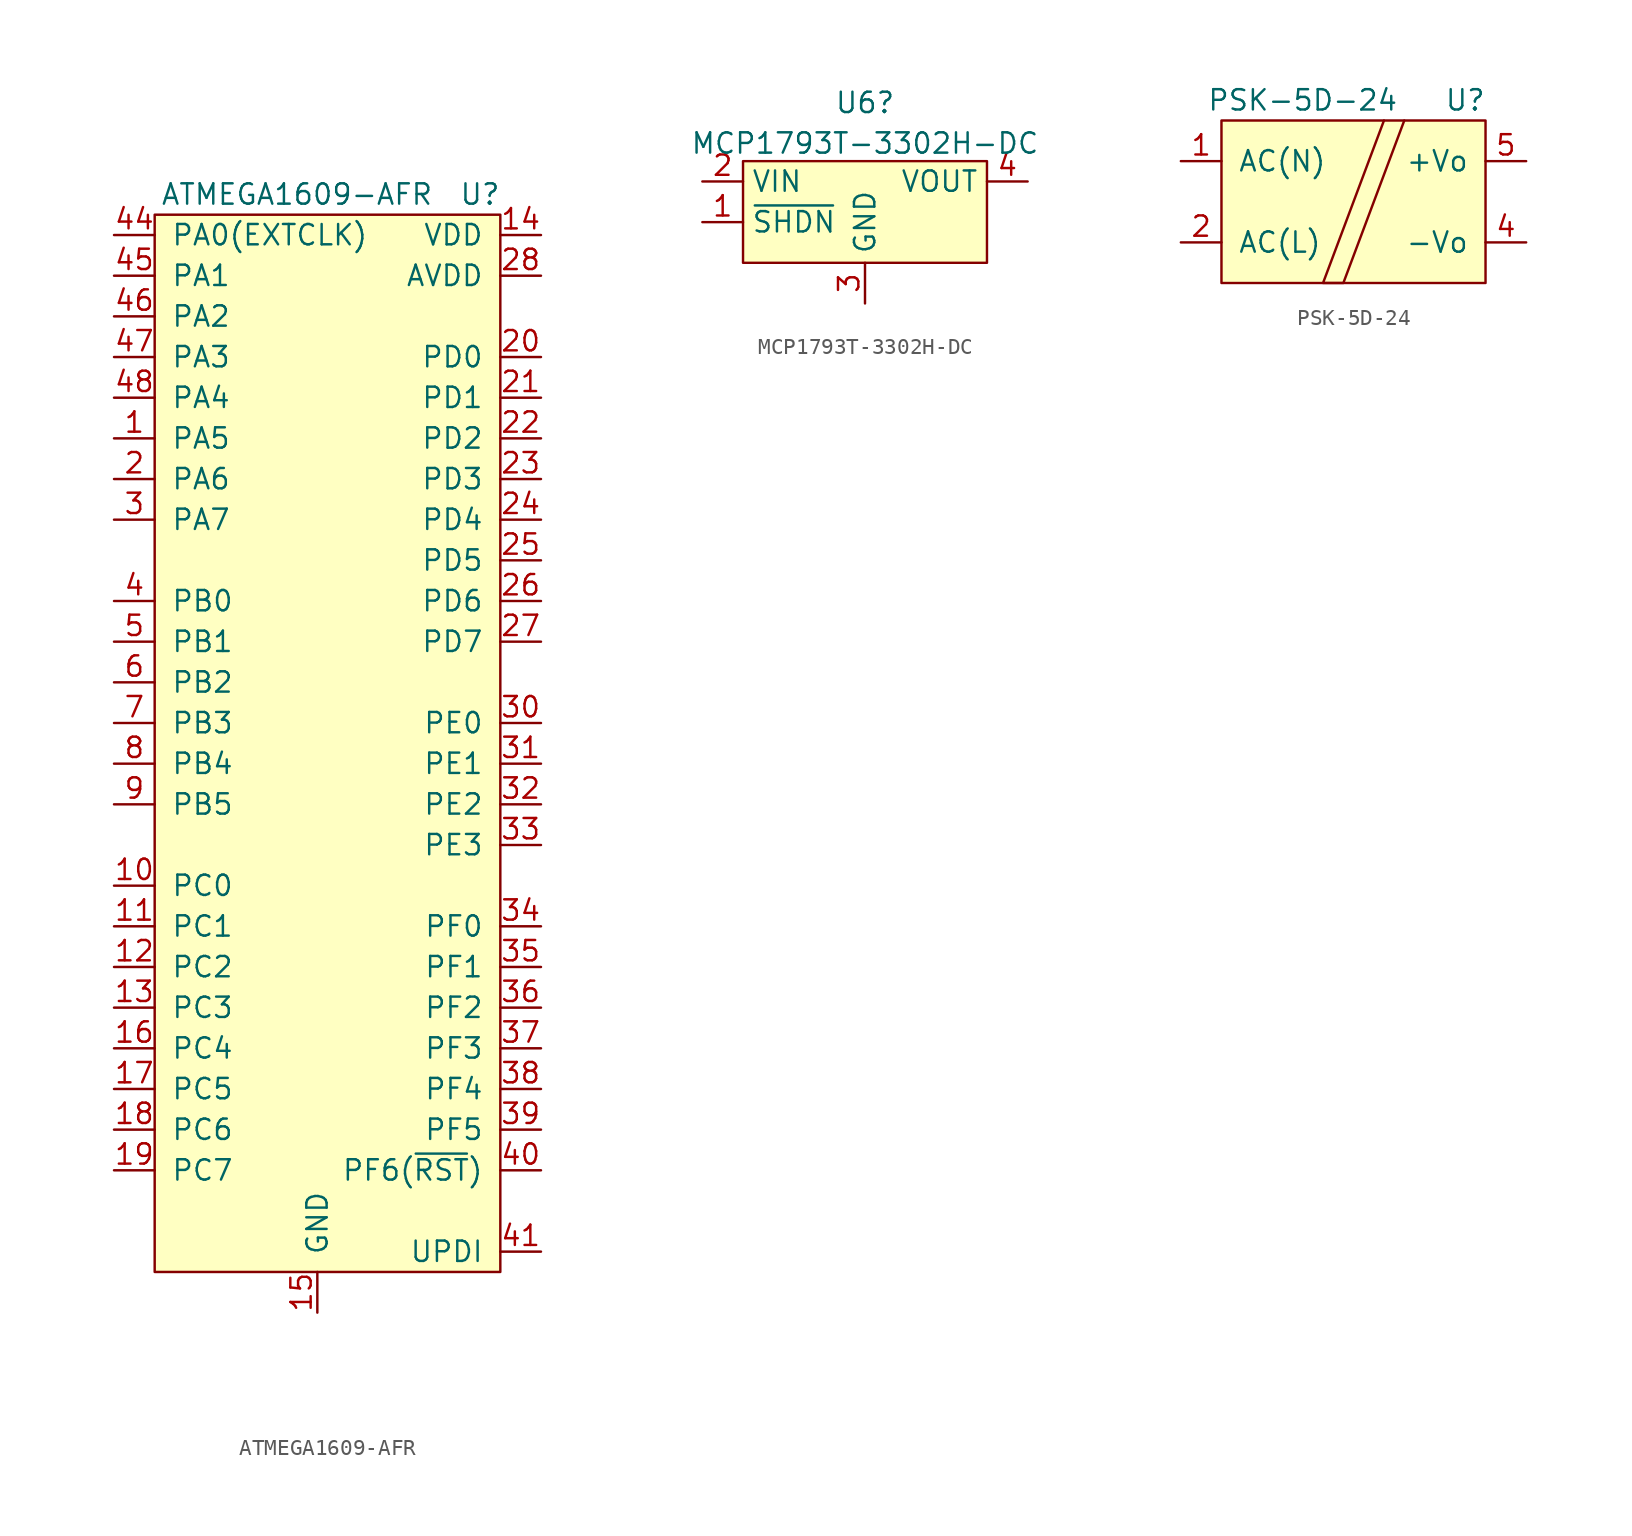
<source format=kicad_sym>
(kicad_symbol_lib
  (version 20211014)
  (generator kicad_symbol_editor)
  (symbol "ATMEGA1609-AFR"
    (pin_names
      (offset 1.016))
    (property "Reference" "U"
      (at 8.89 16.51 0)
      (effects (font (size 1.27 1.27))))
    (property "Value" "ATMEGA1609-AFR"
      (at -2.54 16.51 0)
      (effects (font (size 1.27 1.27))))
    (symbol "ATMEGA1609-AFR_0_1"
      (rectangle (start -11.43 15.24) (end 10.16 -50.8) (stroke (width 0) (type default) (color 0 0 0 0)) (fill (type background))))
    (symbol "ATMEGA1609-AFR_1_1"
      (pin bidirectional line (at -13.97 1.27 0) (length 2.54) (name "PA5" (effects (font (size 1.27 1.27)))) (number "1" (effects (font (size 1.27 1.27)))))
      (pin bidirectional line (at -13.97 -26.67 0) (length 2.54) (name "PC0" (effects (font (size 1.27 1.27)))) (number "10" (effects (font (size 1.27 1.27)))))
      (pin bidirectional line (at -13.97 -29.21 0) (length 2.54) (name "PC1" (effects (font (size 1.27 1.27)))) (number "11" (effects (font (size 1.27 1.27)))))
      (pin bidirectional line (at -13.97 -31.75 0) (length 2.54) (name "PC2" (effects (font (size 1.27 1.27)))) (number "12" (effects (font (size 1.27 1.27)))))
      (pin bidirectional line (at -13.97 -34.29 0) (length 2.54) (name "PC3" (effects (font (size 1.27 1.27)))) (number "13" (effects (font (size 1.27 1.27)))))
      (pin power_in line (at 12.7 13.97 180) (length 2.54) (name "VDD" (effects (font (size 1.27 1.27)))) (number "14" (effects (font (size 1.27 1.27)))))
      (pin power_in line (at -1.27 -53.34 90) (length 2.54) (name "GND" (effects (font (size 1.27 1.27)))) (number "15" (effects (font (size 1.27 1.27)))))
      (pin bidirectional line (at -13.97 -36.83 0) (length 2.54) (name "PC4" (effects (font (size 1.27 1.27)))) (number "16" (effects (font (size 1.27 1.27)))))
      (pin bidirectional line (at -13.97 -39.37 0) (length 2.54) (name "PC5" (effects (font (size 1.27 1.27)))) (number "17" (effects (font (size 1.27 1.27)))))
      (pin bidirectional line (at -13.97 -41.91 0) (length 2.54) (name "PC6" (effects (font (size 1.27 1.27)))) (number "18" (effects (font (size 1.27 1.27)))))
      (pin bidirectional line (at -13.97 -44.45 0) (length 2.54) (name "PC7" (effects (font (size 1.27 1.27)))) (number "19" (effects (font (size 1.27 1.27)))))
      (pin bidirectional line (at -13.97 -1.27 0) (length 2.54) (name "PA6" (effects (font (size 1.27 1.27)))) (number "2" (effects (font (size 1.27 1.27)))))
      (pin bidirectional line (at 12.7 6.35 180) (length 2.54) (name "PD0" (effects (font (size 1.27 1.27)))) (number "20" (effects (font (size 1.27 1.27)))))
      (pin bidirectional line (at 12.7 3.81 180) (length 2.54) (name "PD1" (effects (font (size 1.27 1.27)))) (number "21" (effects (font (size 1.27 1.27)))))
      (pin bidirectional line (at 12.7 1.27 180) (length 2.54) (name "PD2" (effects (font (size 1.27 1.27)))) (number "22" (effects (font (size 1.27 1.27)))))
      (pin bidirectional line (at 12.7 -1.27 180) (length 2.54) (name "PD3" (effects (font (size 1.27 1.27)))) (number "23" (effects (font (size 1.27 1.27)))))
      (pin bidirectional line (at 12.7 -3.81 180) (length 2.54) (name "PD4" (effects (font (size 1.27 1.27)))) (number "24" (effects (font (size 1.27 1.27)))))
      (pin bidirectional line (at 12.7 -6.35 180) (length 2.54) (name "PD5" (effects (font (size 1.27 1.27)))) (number "25" (effects (font (size 1.27 1.27)))))
      (pin bidirectional line (at 12.7 -8.89 180) (length 2.54) (name "PD6" (effects (font (size 1.27 1.27)))) (number "26" (effects (font (size 1.27 1.27)))))
      (pin bidirectional line (at 12.7 -11.43 180) (length 2.54) (name "PD7" (effects (font (size 1.27 1.27)))) (number "27" (effects (font (size 1.27 1.27)))))
      (pin bidirectional line (at 12.7 11.43 180) (length 2.54) (name "AVDD" (effects (font (size 1.27 1.27)))) (number "28" (effects (font (size 1.27 1.27)))))
      (pin power_in line (at -1.27 -53.34 0) (length 0) hide (name "GND" (effects (font (size 1.27 1.27)))) (number "29" (effects (font (size 1.27 1.27)))))
      (pin bidirectional line (at -13.97 -3.81 0) (length 2.54) (name "PA7" (effects (font (size 1.27 1.27)))) (number "3" (effects (font (size 1.27 1.27)))))
      (pin bidirectional line (at 12.7 -16.51 180) (length 2.54) (name "PE0" (effects (font (size 1.27 1.27)))) (number "30" (effects (font (size 1.27 1.27)))))
      (pin bidirectional line (at 12.7 -19.05 180) (length 2.54) (name "PE1" (effects (font (size 1.27 1.27)))) (number "31" (effects (font (size 1.27 1.27)))))
      (pin bidirectional line (at 12.7 -21.59 180) (length 2.54) (name "PE2" (effects (font (size 1.27 1.27)))) (number "32" (effects (font (size 1.27 1.27)))))
      (pin bidirectional line (at 12.7 -24.13 180) (length 2.54) (name "PE3" (effects (font (size 1.27 1.27)))) (number "33" (effects (font (size 1.27 1.27)))))
      (pin bidirectional line (at 12.7 -29.21 180) (length 2.54) (name "PF0" (effects (font (size 1.27 1.27)))) (number "34" (effects (font (size 1.27 1.27)))))
      (pin bidirectional line (at 12.7 -31.75 180) (length 2.54) (name "PF1" (effects (font (size 1.27 1.27)))) (number "35" (effects (font (size 1.27 1.27)))))
      (pin bidirectional line (at 12.7 -34.29 180) (length 2.54) (name "PF2" (effects (font (size 1.27 1.27)))) (number "36" (effects (font (size 1.27 1.27)))))
      (pin bidirectional line (at 12.7 -36.83 180) (length 2.54) (name "PF3" (effects (font (size 1.27 1.27)))) (number "37" (effects (font (size 1.27 1.27)))))
      (pin bidirectional line (at 12.7 -39.37 180) (length 2.54) (name "PF4" (effects (font (size 1.27 1.27)))) (number "38" (effects (font (size 1.27 1.27)))))
      (pin bidirectional line (at 12.7 -41.91 180) (length 2.54) (name "PF5" (effects (font (size 1.27 1.27)))) (number "39" (effects (font (size 1.27 1.27)))))
      (pin bidirectional line (at -13.97 -8.89 0) (length 2.54) (name "PB0" (effects (font (size 1.27 1.27)))) (number "4" (effects (font (size 1.27 1.27)))))
      (pin bidirectional line (at 12.7 -44.45 180) (length 2.54) (name "PF6(~{RST})" (effects (font (size 1.27 1.27)))) (number "40" (effects (font (size 1.27 1.27)))))
      (pin bidirectional line (at 12.7 -49.53 180) (length 2.54) (name "UPDI" (effects (font (size 1.27 1.27)))) (number "41" (effects (font (size 1.27 1.27)))))
      (pin power_in line (at 12.7 13.97 90) (length 0) hide (name "VDD" (effects (font (size 1.27 1.27)))) (number "42" (effects (font (size 1.27 1.27)))))
      (pin power_in line (at -1.27 -53.34 0) (length 0) hide (name "GND" (effects (font (size 1.27 1.27)))) (number "43" (effects (font (size 1.27 1.27)))))
      (pin bidirectional line (at -13.97 13.97 0) (length 2.54) (name "PA0(EXTCLK)" (effects (font (size 1.27 1.27)))) (number "44" (effects (font (size 1.27 1.27)))))
      (pin bidirectional line (at -13.97 11.43 0) (length 2.54) (name "PA1" (effects (font (size 1.27 1.27)))) (number "45" (effects (font (size 1.27 1.27)))))
      (pin bidirectional line (at -13.97 8.89 0) (length 2.54) (name "PA2" (effects (font (size 1.27 1.27)))) (number "46" (effects (font (size 1.27 1.27)))))
      (pin bidirectional line (at -13.97 6.35 0) (length 2.54) (name "PA3" (effects (font (size 1.27 1.27)))) (number "47" (effects (font (size 1.27 1.27)))))
      (pin bidirectional line (at -13.97 3.81 0) (length 2.54) (name "PA4" (effects (font (size 1.27 1.27)))) (number "48" (effects (font (size 1.27 1.27)))))
      (pin bidirectional line (at -13.97 -11.43 0) (length 2.54) (name "PB1" (effects (font (size 1.27 1.27)))) (number "5" (effects (font (size 1.27 1.27)))))
      (pin bidirectional line (at -13.97 -13.97 0) (length 2.54) (name "PB2" (effects (font (size 1.27 1.27)))) (number "6" (effects (font (size 1.27 1.27)))))
      (pin bidirectional line (at -13.97 -16.51 0) (length 2.54) (name "PB3" (effects (font (size 1.27 1.27)))) (number "7" (effects (font (size 1.27 1.27)))))
      (pin bidirectional line (at -13.97 -19.05 0) (length 2.54) (name "PB4" (effects (font (size 1.27 1.27)))) (number "8" (effects (font (size 1.27 1.27)))))
      (pin bidirectional line (at -13.97 -21.59 0) (length 2.54) (name "PB5" (effects (font (size 1.27 1.27)))) (number "9" (effects (font (size 1.27 1.27)))))))
  (symbol "MCP1793T-3302H-DC"
    (property "Reference" "U6"
      (at 0 6.189 0)
      (effects (font (size 1.27 1.27))))
    (property "Value" "MCP1793T-3302H-DC"
      (at 0 3.652 0)
      (effects (font (size 1.27 1.27))))
    (symbol "MCP1793T-3302H-DC_0_1"
      (rectangle (start -7.62 2.54) (end 7.62 -3.81) (stroke (width 0.152) (type default) (color 0 0 0 0)) (fill (type background))))
    (symbol "MCP1793T-3302H-DC_1_1"
      (pin input line (at -10.16 -1.27 0) (length 2.54) (name "~{SHDN}" (effects (font (size 1.27 1.27)))) (number "1" (effects (font (size 1.27 1.27)))))
      (pin power_in line (at -10.16 1.27 0) (length 2.54) (name "VIN" (effects (font (size 1.27 1.27)))) (number "2" (effects (font (size 1.27 1.27)))))
      (pin power_in line (at 0 -6.35 90) (length 2.54) (name "GND" (effects (font (size 1.27 1.27)))) (number "3" (effects (font (size 1.27 1.27)))))
      (pin power_out line (at 10.16 1.27 180) (length 2.54) (name "VOUT" (effects (font (size 1.27 1.27)))) (number "4" (effects (font (size 1.27 1.27)))))
      (pin no_connect line (at 2.54 -1.27 180) (length 0) hide (name "NC" (effects (font (size 1.27 1.27)))) (number "5" (effects (font (size 1.27 1.27)))))
      (pin power_in line (at 0 -6.35 180) (length 0) hide (name "GND" (effects (font (size 1.27 1.27)))) (number "6" (effects (font (size 1.27 1.27)))))))
  (symbol "PSK-5D-24"
    (pin_names
      (offset 1.016))
    (property "Reference" "U"
      (at 7.62 5.08 0)
      (effects (font (size 1.27 1.27))))
    (property "Value" "PSK-5D-24"
      (at -2.54 5.08 0)
      (effects (font (size 1.27 1.27))))
    (symbol "PSK-5D-24_0_1"
      (rectangle (start -7.62 3.81) (end 8.89 -6.35) (stroke (width 0) (type default) (color 0 0 0 0)) (fill (type background)))
      (polyline (pts (xy 2.54 3.81) (xy -1.27 -6.35) (xy 0 -6.35) (xy 3.81 3.81)) (stroke (width 0) (type default) (color 0 0 0 0)) (fill (type none))))
    (symbol "PSK-5D-24_1_1"
      (pin power_in line (at -10.16 1.27 0) (length 2.54) (name "AC(N)" (effects (font (size 1.27 1.27)))) (number "1" (effects (font (size 1.27 1.27)))))
      (pin power_in line (at -10.16 -3.81 0) (length 2.54) (name "AC(L)" (effects (font (size 1.27 1.27)))) (number "2" (effects (font (size 1.27 1.27)))))
      (pin passive line (at 11.43 -3.81 180) (length 2.54) (name "-Vo" (effects (font (size 1.27 1.27)))) (number "4" (effects (font (size 1.27 1.27)))))
      (pin power_out line (at 11.43 1.27 180) (length 2.54) (name "+Vo" (effects (font (size 1.27 1.27)))) (number "5" (effects (font (size 1.27 1.27))))))))
</source>
